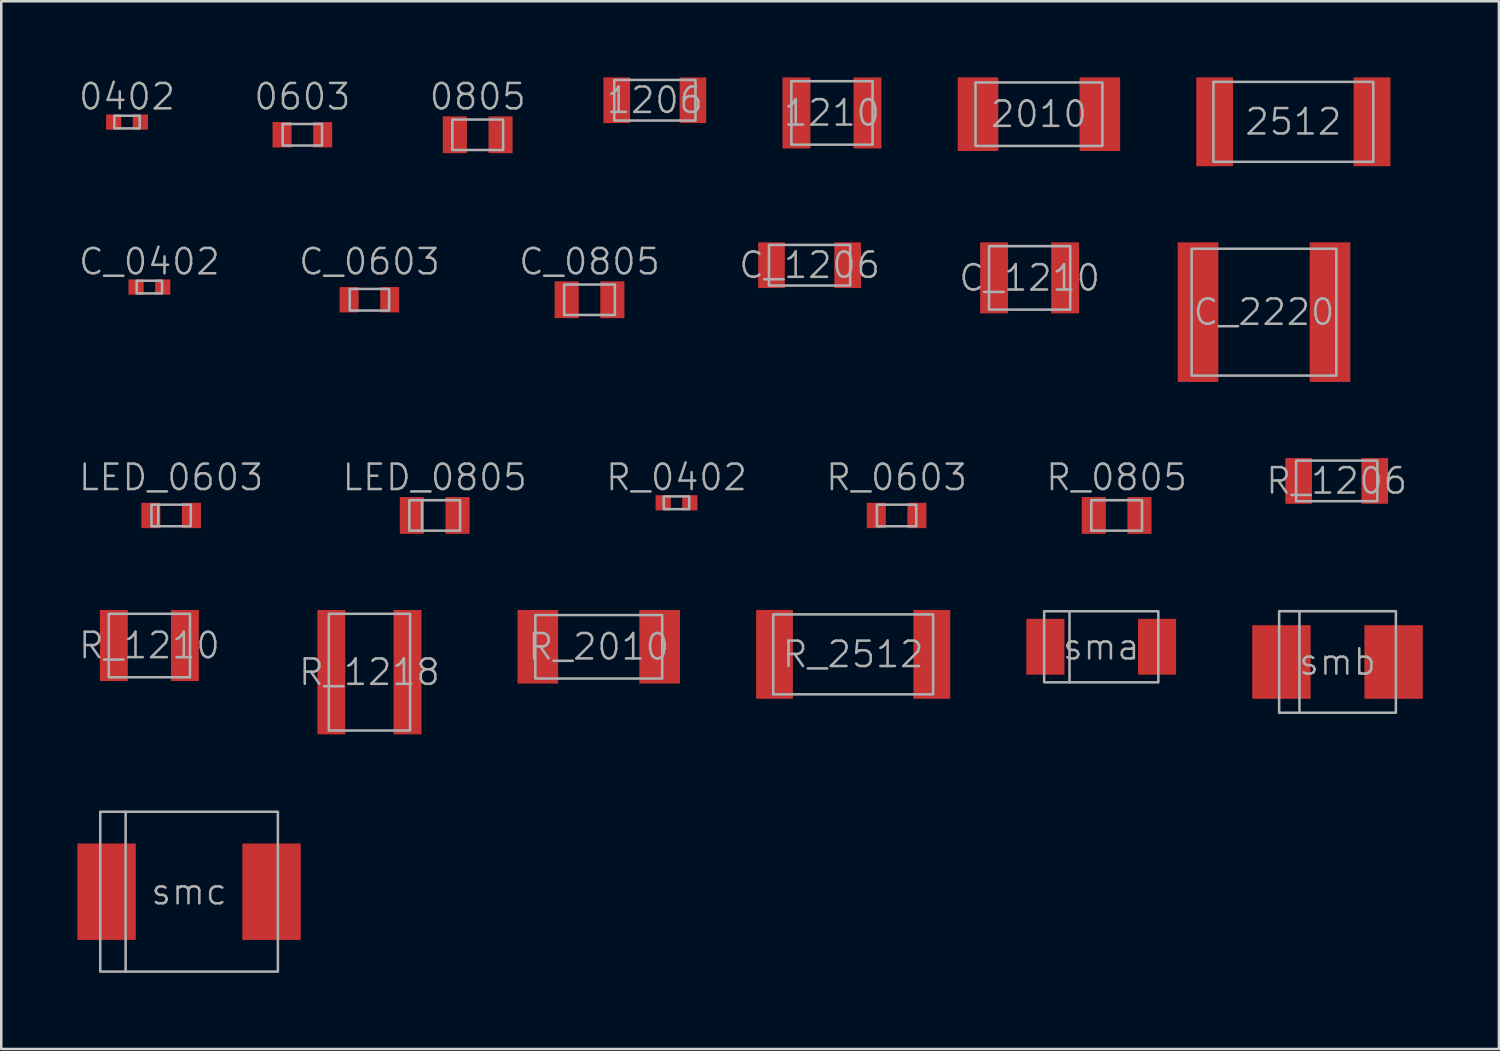
<source format=kicad_pcb>
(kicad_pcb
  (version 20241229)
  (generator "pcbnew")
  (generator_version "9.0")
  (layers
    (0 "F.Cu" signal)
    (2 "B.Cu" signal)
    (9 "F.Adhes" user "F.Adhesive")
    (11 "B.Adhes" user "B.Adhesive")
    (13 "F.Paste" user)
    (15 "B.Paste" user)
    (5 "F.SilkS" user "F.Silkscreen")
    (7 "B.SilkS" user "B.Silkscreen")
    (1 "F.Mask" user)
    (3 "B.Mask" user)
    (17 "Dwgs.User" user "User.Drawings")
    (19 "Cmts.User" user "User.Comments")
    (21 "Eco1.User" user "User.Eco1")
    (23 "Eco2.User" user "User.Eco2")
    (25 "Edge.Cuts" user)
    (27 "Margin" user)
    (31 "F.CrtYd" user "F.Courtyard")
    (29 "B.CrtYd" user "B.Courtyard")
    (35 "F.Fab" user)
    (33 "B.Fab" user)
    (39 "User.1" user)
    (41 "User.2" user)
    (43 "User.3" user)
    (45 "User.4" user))
  (footprint "sma"
    (layer "F.Cu")
    (at 40.343 22.436)
    (property "Reference" "sma" (at 0 0 0) (unlocked yes) (layer "F.Fab") (effects (font (size 1 1) (thickness 0.1))))
    (attr smd)
    (fp_line (start -1.25 -1.4) (end -1.25 1.4) (stroke (width 0.1) (type default)) (layer "F.Fab"))
    (fp_rect (start -2.25 1.4) (end 2.25 -1.4) (stroke (width 0.1) (type default)) (fill no) (layer "F.Fab"))
    (pad "1" smd rect (at -2.2 0) (size 1.5 2.2) (layers "F.Cu" "F.Mask" "F.Paste"))
    (pad "2" smd rect (at 2.2 0) (size 1.5 2.2) (layers "F.Cu" "F.Mask" "F.Paste")))
  (footprint "C_2220"
    (layer "F.Cu")
    (at 46.757 9.25)
    (property "Reference" "C_2220" (at 0 0 0) (unlocked yes) (layer "F.Fab") (effects (font (size 1 1) (thickness 0.1))))
    (attr smd)
    (fp_rect (start -2.85 -2.5) (end 2.85 2.5) (stroke (width 0.1) (type default)) (fill no) (layer "F.Fab"))
    (pad "1" smd rect (at -2.6 0) (size 1.6 5.5) (layers "F.Cu" "F.Mask" "F.Paste"))
    (pad "2" smd rect (at 2.6 0) (size 1.6 5.5) (layers "F.Cu" "F.Mask" "F.Paste")))
  (footprint "2010"
    (layer "F.Cu")
    (at 37.888 1.45)
    (property "Reference" "2010" (at 0 0 0) (unlocked yes) (layer "F.Fab") (effects (font (size 1 1) (thickness 0.1))))
    (attr smd)
    (fp_rect (start -2.5 -1.25) (end 2.5 1.25) (stroke (width 0.1) (type default)) (fill no) (layer "F.Fab"))
    (pad "1" smd rect (at -2.4 0) (size 1.6 2.9) (layers "F.Cu" "F.Mask" "F.Paste"))
    (pad "2" smd rect (at 2.4 0) (size 1.6 2.9) (layers "F.Cu" "F.Mask" "F.Paste")))
  (footprint "R_1206"
    (layer "F.Cu")
    (at 49.621 15.9)
    (property "Reference" "R_1206" (at 0 0 0) (unlocked yes) (layer "F.Fab") (effects (font (size 1 1) (thickness 0.1))))
    (attr smd)
    (fp_rect (start -1.6 -0.8) (end 1.6 0.8) (stroke (width 0.1) (type default)) (fill no) (layer "F.Fab"))
    (pad "1" smd rect (at -1.5 0) (size 1.05 1.8) (layers "F.Cu" "F.Mask" "F.Paste"))
    (pad "2" smd rect (at 1.5 0) (size 1.05 1.8) (layers "F.Cu" "F.Mask" "F.Paste")))
  (footprint "C_0402"
    (layer "F.Cu")
    (at 2.836 8.261)
    (property "Reference" "C_0402" (at 0 -1 0) (unlocked yes) (layer "F.Fab") (effects (font (size 1 1) (thickness 0.1))))
    (attr smd)
    (fp_rect (start -0.5 -0.25) (end 0.5 0.25) (stroke (width 0.1) (type default)) (fill no) (layer "F.Fab"))
    (pad "1" smd rect (at -0.525 0) (size 0.6 0.6) (layers "F.Cu" "F.Mask" "F.Paste"))
    (pad "2" smd rect (at 0.525 0) (size 0.6 0.6) (layers "F.Cu" "F.Mask" "F.Paste")))
  (footprint "1206"
    (layer "F.Cu")
    (at 22.754 0.9)
    (property "Reference" "1206" (at 0 0 0) (unlocked yes) (layer "F.Fab") (effects (font (size 1 1) (thickness 0.1))))
    (attr smd)
    (fp_rect (start -1.6 -0.8) (end 1.6 0.8) (stroke (width 0.1) (type default)) (fill no) (layer "F.Fab"))
    (pad "1" smd rect (at -1.5 0) (size 1.05 1.8) (layers "F.Cu" "F.Mask" "F.Paste"))
    (pad "2" smd rect (at 1.5 0) (size 1.05 1.8) (layers "F.Cu" "F.Mask" "F.Paste")))
  (footprint "R_0805"
    (layer "F.Cu")
    (at 40.95 17.261)
    (property "Reference" "R_0805" (at 0 -1.5 0) (unlocked yes) (layer "F.Fab") (effects (font (size 1 1) (thickness 0.1))))
    (attr smd)
    (fp_rect (start -1 -0.6) (end 1 0.6) (stroke (width 0.1) (type default)) (fill no) (layer "F.Fab"))
    (pad "1" smd rect (at -0.9 0) (size 0.95 1.45) (layers "F.Cu" "F.Mask" "F.Paste"))
    (pad "2" smd rect (at 0.9 0) (size 0.95 1.45) (layers "F.Cu" "F.Mask" "F.Paste")))
  (footprint "R_0603"
    (layer "F.Cu")
    (at 32.279 17.261)
    (property "Reference" "R_0603" (at 0 -1.5 0) (unlocked yes) (layer "F.Fab") (effects (font (size 1 1) (thickness 0.1))))
    (attr smd)
    (fp_rect (start -0.775 -0.425) (end 0.775 0.425) (stroke (width 0.1) (type default)) (fill no) (layer "F.Fab"))
    (pad "1" smd rect (at -0.8 0) (size 0.75 1) (layers "F.Cu" "F.Mask" "F.Paste"))
    (pad "2" smd rect (at 0.8 0) (size 0.75 1) (layers "F.Cu" "F.Mask" "F.Paste")))
  (footprint "R_2010"
    (layer "F.Cu")
    (at 20.543 22.436)
    (property "Reference" "R_2010" (at 0 0 0) (unlocked yes) (layer "F.Fab") (effects (font (size 1 1) (thickness 0.1))))
    (attr smd)
    (fp_rect (start -2.5 -1.25) (end 2.5 1.25) (stroke (width 0.1) (type default)) (fill no) (layer "F.Fab"))
    (pad "1" smd rect (at -2.4 0) (size 1.6 2.9) (layers "F.Cu" "F.Mask" "F.Paste"))
    (pad "2" smd rect (at 2.4 0) (size 1.6 2.9) (layers "F.Cu" "F.Mask" "F.Paste")))
  (footprint "R_0402"
    (layer "F.Cu")
    (at 23.607 16.761)
    (property "Reference" "R_0402" (at 0 -1 0) (unlocked yes) (layer "F.Fab") (effects (font (size 1 1) (thickness 0.1))))
    (attr smd)
    (fp_rect (start -0.5 -0.25) (end 0.5 0.25) (stroke (width 0.1) (type default)) (fill no) (layer "F.Fab"))
    (pad "1" smd rect (at -0.525 0) (size 0.6 0.6) (layers "F.Cu" "F.Mask" "F.Paste"))
    (pad "2" smd rect (at 0.525 0) (size 0.6 0.6) (layers "F.Cu" "F.Mask" "F.Paste")))
  (footprint "LED_0805"
    (layer "F.Cu")
    (at 14.079 17.261)
    (property "Reference" "LED_0805" (at 0 -1.5 0) (unlocked yes) (layer "F.Fab") (effects (font (size 1 1) (thickness 0.1))))
    (attr smd)
    (fp_line (start -0.5 -0.6) (end -0.5 0.6) (stroke (width 0.1) (type default)) (layer "F.Fab"))
    (fp_rect (start -1 -0.6) (end 1 0.6) (stroke (width 0.1) (type default)) (fill no) (layer "F.Fab"))
    (pad "1" smd rect (at -0.9 0) (size 0.95 1.45) (layers "F.Cu" "F.Mask" "F.Paste"))
    (pad "2" smd rect (at 0.9 0) (size 0.95 1.45) (layers "F.Cu" "F.Mask" "F.Paste")))
  (footprint "2512"
    (layer "F.Cu")
    (at 47.913 1.75)
    (property "Reference" "2512" (at 0 0 0) (unlocked yes) (layer "F.Fab") (effects (font (size 1 1) (thickness 0.1))))
    (attr smd)
    (fp_rect (start -3.15 -1.575) (end 3.15 1.575) (stroke (width 0.1) (type default)) (fill no) (layer "F.Fab"))
    (pad "1" smd rect (at -3.1 0) (size 1.45 3.5) (layers "F.Cu" "F.Mask" "F.Paste"))
    (pad "2" smd rect (at 3.1 0) (size 1.45 3.5) (layers "F.Cu" "F.Mask" "F.Paste")))
  (footprint "0805"
    (layer "F.Cu")
    (at 15.774 2.26)
    (property "Reference" "0805" (at 0 -1.5 0) (unlocked yes) (layer "F.Fab") (effects (font (size 1 1) (thickness 0.1))))
    (attr smd)
    (fp_rect (start -1 -0.6) (end 1 0.6) (stroke (width 0.1) (type default)) (fill no) (layer "F.Fab"))
    (pad "1" smd rect (at -0.9 0) (size 0.95 1.45) (layers "F.Cu" "F.Mask" "F.Paste"))
    (pad "2" smd rect (at 0.9 0) (size 0.95 1.45) (layers "F.Cu" "F.Mask" "F.Paste")))
  (footprint "1210"
    (layer "F.Cu")
    (at 29.733 1.4)
    (property "Reference" "1210" (at 0 0 0) (unlocked yes) (layer "F.Fab") (effects (font (size 1 1) (thickness 0.1))))
    (attr smd)
    (fp_rect (start -1.6 -1.25) (end 1.6 1.25) (stroke (width 0.1) (type default)) (fill no) (layer "F.Fab"))
    (pad "1" smd rect (at -1.4 0) (size 1.1 2.8) (layers "F.Cu" "F.Mask" "F.Paste"))
    (pad "2" smd rect (at 1.4 0) (size 1.1 2.8) (layers "F.Cu" "F.Mask" "F.Paste")))
  (footprint "C_1210"
    (layer "F.Cu")
    (at 37.521 7.9)
    (property "Reference" "C_1210" (at 0 0 0) (unlocked yes) (layer "F.Fab") (effects (font (size 1 1) (thickness 0.1))))
    (attr smd)
    (fp_rect (start -1.6 -1.25) (end 1.6 1.25) (stroke (width 0.1) (type default)) (fill no) (layer "F.Fab"))
    (pad "1" smd rect (at -1.4 0) (size 1.1 2.8) (layers "F.Cu" "F.Mask" "F.Paste"))
    (pad "2" smd rect (at 1.4 0) (size 1.1 2.8) (layers "F.Cu" "F.Mask" "F.Paste")))
  (footprint "R_2512"
    (layer "F.Cu")
    (at 30.568 22.735)
    (property "Reference" "R_2512" (at 0 0 0) (unlocked yes) (layer "F.Fab") (effects (font (size 1 1) (thickness 0.1))))
    (attr smd)
    (fp_rect (start -3.15 -1.575) (end 3.15 1.575) (stroke (width 0.1) (type default)) (fill no) (layer "F.Fab"))
    (pad "1" smd rect (at -3.1 0) (size 1.45 3.5) (layers "F.Cu" "F.Mask" "F.Paste"))
    (pad "2" smd rect (at 3.1 0) (size 1.45 3.5) (layers "F.Cu" "F.Mask" "F.Paste")))
  (footprint "smc"
    (layer "F.Cu")
    (at 4.4 32.086)
    (property "Reference" "smc" (at 0 0 0) (unlocked yes) (layer "F.Fab") (effects (font (size 1 1) (thickness 0.1))))
    (attr smd)
    (fp_line (start -2.5 -3.15) (end -2.5 3.15) (stroke (width 0.1) (type default)) (layer "F.Fab"))
    (fp_rect (start -3.5 3.15) (end 3.5 -3.15) (stroke (width 0.1) (type default)) (fill no) (layer "F.Fab"))
    (pad "1" smd rect (at -3.25 0) (size 2.3 3.8) (layers "F.Cu" "F.Mask" "F.Paste"))
    (pad "2" smd rect (at 3.25 0) (size 2.3 3.8) (layers "F.Cu" "F.Mask" "F.Paste")))
  (footprint "C_1206"
    (layer "F.Cu")
    (at 28.85 7.4)
    (property "Reference" "C_1206" (at 0 0 0) (unlocked yes) (layer "F.Fab") (effects (font (size 1 1) (thickness 0.1))))
    (attr smd)
    (fp_rect (start -1.6 -0.8) (end 1.6 0.8) (stroke (width 0.1) (type default)) (fill no) (layer "F.Fab"))
    (pad "1" smd rect (at -1.5 0) (size 1.05 1.8) (layers "F.Cu" "F.Mask" "F.Paste"))
    (pad "2" smd rect (at 1.5 0) (size 1.05 1.8) (layers "F.Cu" "F.Mask" "F.Paste")))
  (footprint "0402"
    (layer "F.Cu")
    (at 1.955 1.76)
    (property "Reference" "0402" (at 0 -1 0) (unlocked yes) (layer "F.Fab") (effects (font (size 1 1) (thickness 0.1))))
    (attr smd)
    (fp_rect (start -0.5 -0.25) (end 0.5 0.25) (stroke (width 0.1) (type default)) (fill no) (layer "F.Fab"))
    (pad "1" smd rect (at -0.525 0) (size 0.6 0.6) (layers "F.Cu" "F.Mask" "F.Paste"))
    (pad "2" smd rect (at 0.525 0) (size 0.6 0.6) (layers "F.Cu" "F.Mask" "F.Paste")))
  (footprint "R_1218"
    (layer "F.Cu")
    (at 11.507 23.436)
    (property "Reference" "R_1218" (at 0 0 0) (unlocked yes) (layer "F.Fab") (effects (font (size 1 1) (thickness 0.1))))
    (attr smd)
    (fp_rect (start -1.6 -2.3) (end 1.6 2.3) (stroke (width 0.1) (type default)) (fill no) (layer "F.Fab"))
    (pad "1" smd rect (at -1.5 0) (size 1.1 4.9) (layers "F.Cu" "F.Mask" "F.Paste"))
    (pad "2" smd rect (at 1.5 0) (size 1.1 4.9) (layers "F.Cu" "F.Mask" "F.Paste")))
  (footprint "smb"
    (layer "F.Cu")
    (at 49.653 23.035)
    (property "Reference" "smb" (at 0 0 0) (unlocked yes) (layer "F.Fab") (effects (font (size 1 1) (thickness 0.1))))
    (attr smd)
    (fp_line (start -1.5 2) (end -1.5 -2) (stroke (width 0.1) (type default)) (layer "F.Fab"))
    (fp_rect (start -2.3 2) (end 2.3 -2) (stroke (width 0.1) (type default)) (fill no) (layer "F.Fab"))
    (pad "1" smd rect (at -2.21 0) (size 2.3 2.9) (layers "F.Cu" "F.Mask" "F.Paste"))
    (pad "2" smd rect (at 2.21 0) (size 2.3 2.9) (layers "F.Cu" "F.Mask" "F.Paste")))
  (footprint "LED_0603"
    (layer "F.Cu")
    (at 3.693 17.261)
    (property "Reference" "LED_0603" (at 0 -1.5 0) (unlocked yes) (layer "F.Fab") (effects (font (size 1 1) (thickness 0.1))))
    (attr smd)
    (fp_line (start -0.508 -0.406) (end -0.508 0.406) (stroke (width 0.1) (type default)) (layer "F.Fab"))
    (fp_rect (start -0.775 -0.425) (end 0.775 0.425) (stroke (width 0.1) (type default)) (fill no) (layer "F.Fab"))
    (pad "1" smd rect (at -0.8 0) (size 0.75 1) (layers "F.Cu" "F.Mask" "F.Paste"))
    (pad "2" smd rect (at 0.8 0) (size 0.75 1) (layers "F.Cu" "F.Mask" "F.Paste")))
  (footprint "R_1210"
    (layer "F.Cu")
    (at 2.836 22.386)
    (property "Reference" "R_1210" (at 0 0 0) (unlocked yes) (layer "F.Fab") (effects (font (size 1 1) (thickness 0.1))))
    (attr smd)
    (fp_rect (start -1.6 -1.25) (end 1.6 1.25) (stroke (width 0.1) (type default)) (fill no) (layer "F.Fab"))
    (pad "1" smd rect (at -1.4 0) (size 1.1 2.8) (layers "F.Cu" "F.Mask" "F.Paste"))
    (pad "2" smd rect (at 1.4 0) (size 1.1 2.8) (layers "F.Cu" "F.Mask" "F.Paste")))
  (footprint "C_0805"
    (layer "F.Cu")
    (at 20.179 8.761)
    (property "Reference" "C_0805" (at 0 -1.5 0) (unlocked yes) (layer "F.Fab") (effects (font (size 1 1) (thickness 0.1))))
    (attr smd)
    (fp_rect (start -1 -0.6) (end 1 0.6) (stroke (width 0.1) (type default)) (fill no) (layer "F.Fab"))
    (pad "1" smd rect (at -0.9 0) (size 0.95 1.45) (layers "F.Cu" "F.Mask" "F.Paste"))
    (pad "2" smd rect (at 0.9 0) (size 0.95 1.45) (layers "F.Cu" "F.Mask" "F.Paste")))
  (footprint "C_0603"
    (layer "F.Cu")
    (at 11.507 8.761)
    (property "Reference" "C_0603" (at 0 -1.5 0) (unlocked yes) (layer "F.Fab") (effects (font (size 1 1) (thickness 0.1))))
    (attr smd)
    (fp_rect (start -0.775 -0.425) (end 0.775 0.425) (stroke (width 0.1) (type default)) (fill no) (layer "F.Fab"))
    (pad "1" smd rect (at -0.8 0) (size 0.75 1) (layers "F.Cu" "F.Mask" "F.Paste"))
    (pad "2" smd rect (at 0.8 0) (size 0.75 1) (layers "F.Cu" "F.Mask" "F.Paste")))
  (footprint "0603"
    (layer "F.Cu")
    (at 8.864 2.26)
    (property "Reference" "0603" (at 0 -1.5 0) (unlocked yes) (layer "F.Fab") (effects (font (size 1 1) (thickness 0.1))))
    (attr smd)
    (fp_rect (start -0.775 -0.425) (end 0.775 0.425) (stroke (width 0.1) (type default)) (fill no) (layer "F.Fab"))
    (pad "1" smd rect (at -0.8 0) (size 0.75 1) (layers "F.Cu" "F.Mask" "F.Paste"))
    (pad "2" smd rect (at 0.8 0) (size 0.75 1) (layers "F.Cu" "F.Mask" "F.Paste")))
  (gr_rect
    (start -3 -3)
    (end 56.013 38.285)
    (stroke (width 0.1) (type default))
    (fill no)
    (layer "Edge.Cuts")))
</source>
